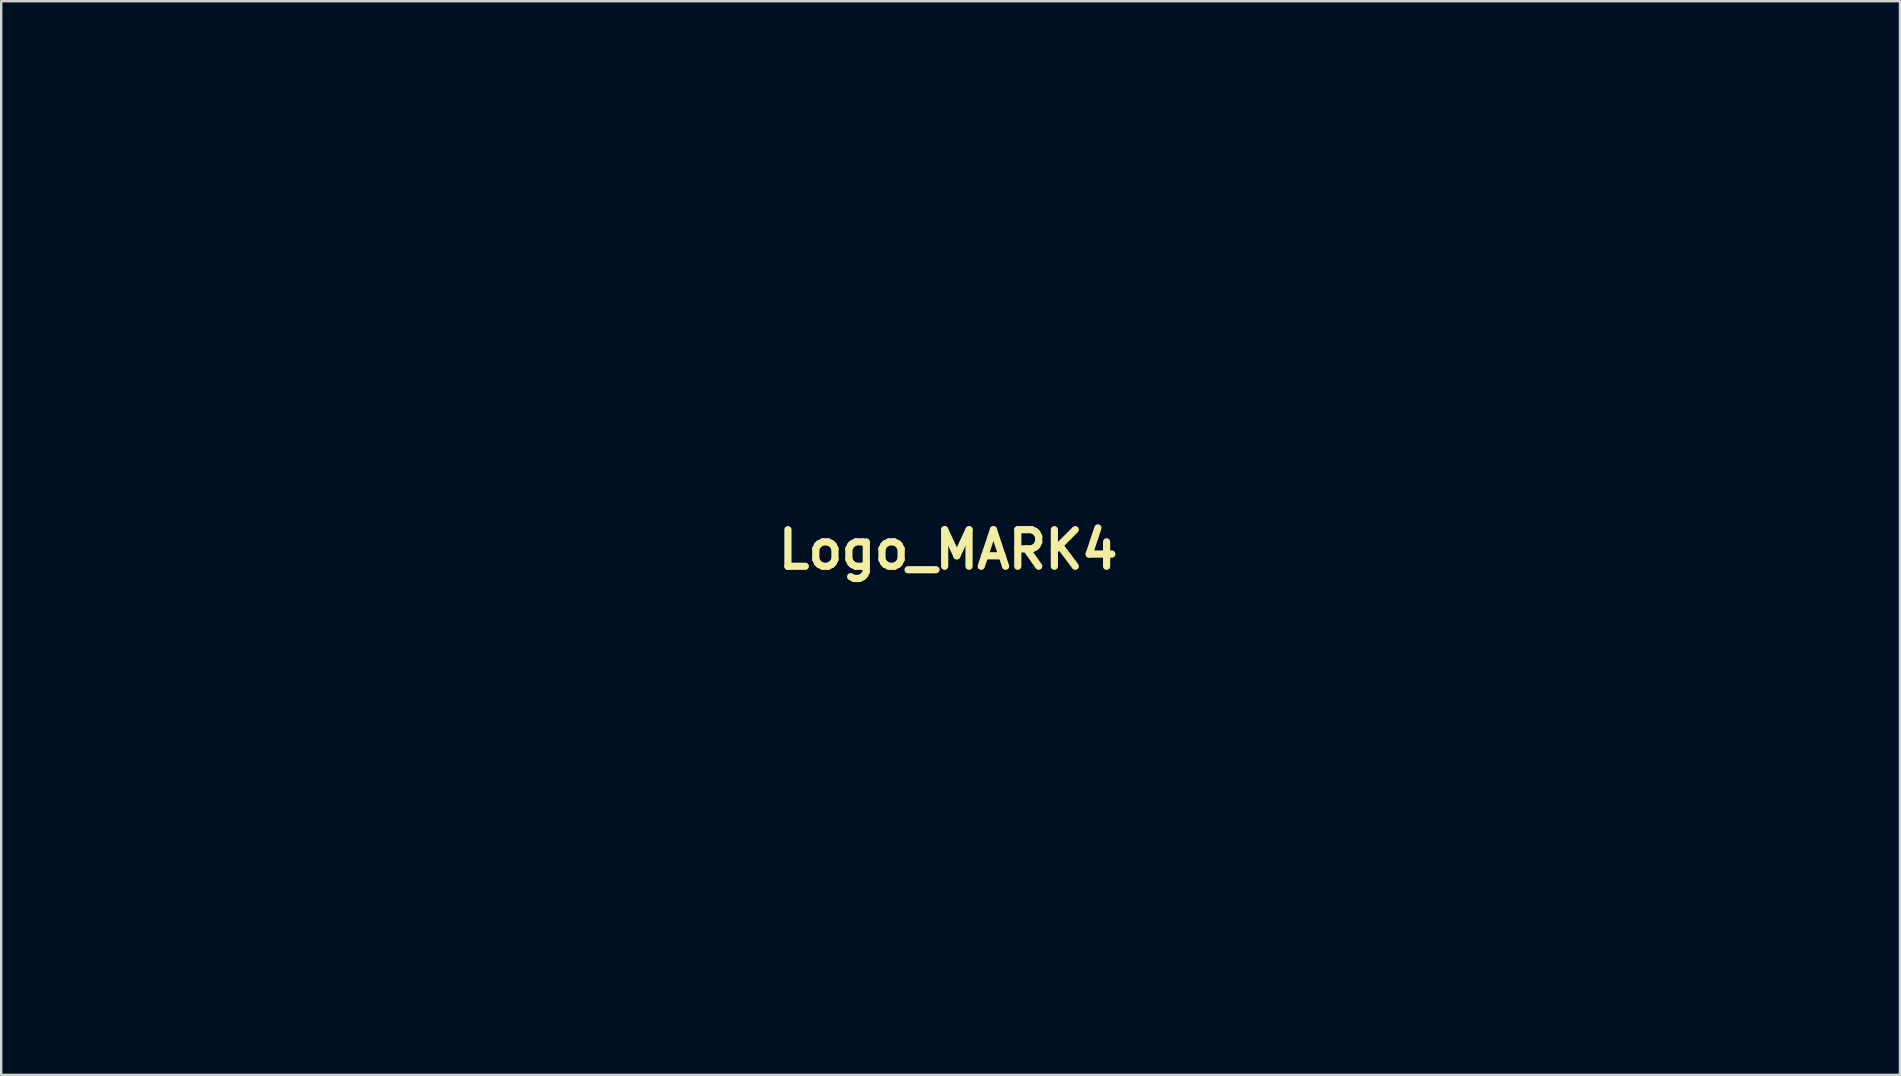
<source format=kicad_pcb>
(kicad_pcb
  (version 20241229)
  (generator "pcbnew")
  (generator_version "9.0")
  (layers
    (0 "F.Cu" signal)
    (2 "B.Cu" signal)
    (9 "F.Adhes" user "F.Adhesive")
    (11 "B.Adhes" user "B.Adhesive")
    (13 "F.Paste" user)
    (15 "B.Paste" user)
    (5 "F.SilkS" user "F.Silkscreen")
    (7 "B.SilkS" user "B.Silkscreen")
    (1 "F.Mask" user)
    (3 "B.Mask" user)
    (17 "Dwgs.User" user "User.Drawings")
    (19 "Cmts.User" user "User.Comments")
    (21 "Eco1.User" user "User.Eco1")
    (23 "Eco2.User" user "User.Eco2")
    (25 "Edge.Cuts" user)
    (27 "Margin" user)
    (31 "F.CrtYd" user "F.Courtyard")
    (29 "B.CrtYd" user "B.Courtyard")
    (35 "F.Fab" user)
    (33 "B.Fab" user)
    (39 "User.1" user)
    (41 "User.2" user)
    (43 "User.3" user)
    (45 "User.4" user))
  (footprint "Logo_MARK4"
    (layer "F.Cu")
    (at 36.463 19.859)
    (property "Reference" "Logo_MARK4" (at 0 0 0) (layer "F.SilkS") (effects (font (size 1.524 1.524) (thickness 0.3))))
    (attr through_hole)
    (fp_poly (pts (xy 35.983 15.028) (xy 35.941 15.071) (xy 35.899 15.028) (xy 35.941 14.986) (xy 35.983 15.028)) (stroke (width 0.01) (type solid)) (fill yes) (layer "F.Mask"))
    (fp_poly (pts (xy -13.538 -19.817) (xy -12.939 -19.741) (xy -12.388 -19.624) (xy -11.929 -19.475) (xy -11.688 -19.356) (xy -11.435 -19.208) (xy -11.2 -19.079) (xy -11.169 -19.062) (xy -10.903 -18.885) (xy -10.579 -18.605) (xy -10.231 -18.26) (xy -9.895 -17.887) (xy -9.606 -17.526) (xy -9.399 -17.213) (xy -9.344 -17.105) (xy -9.224 -16.827) (xy -9.11 -16.563) (xy -9.105 -16.552) (xy -9.014 -16.342) (xy -8.888 -16.043) (xy -8.763 -15.748) (xy -8.662 -15.509) (xy -8.507 -15.146) (xy -8.312 -14.689) (xy -8.088 -14.168) (xy -7.85 -13.615) (xy -7.738 -13.354) (xy -7.512 -12.821) (xy -7.311 -12.328) (xy -7.145 -11.899) (xy -7.023 -11.561) (xy -6.954 -11.337) (xy -6.943 -11.269) (xy -6.954 -11.191) (xy -6.991 -11.068) (xy -7.059 -10.889) (xy -7.162 -10.645) (xy -7.305 -10.326) (xy -7.492 -9.921) (xy -7.728 -9.421) (xy -8.018 -8.816) (xy -8.366 -8.097) (xy -8.776 -7.253) (xy -9.254 -6.274) (xy -9.652 -5.461) (xy -10.209 -4.322) (xy -10.7 -3.314) (xy -11.124 -2.441) (xy -11.479 -1.704) (xy -11.764 -1.108) (xy -11.977 -0.653) (xy -12.119 -0.344) (xy -12.186 -0.182) (xy -12.192 -0.16) (xy -12.257 -0.087) (xy -12.277 -0.085) (xy -12.345 -0.038) (xy -12.343 -0.021) (xy -12.367 0.098) (xy -12.449 0.261) (xy -12.546 0.391) (xy -12.597 0.423) (xy -12.665 0.354) (xy -12.78 0.175) (xy -12.888 -0.021) (xy -13.01 -0.257) (xy -13.189 -0.603) (xy -13.404 -1.019) (xy -13.635 -1.464) (xy -13.721 -1.631) (xy -14.324 -2.796) (xy -14.522 -2.393) (xy -14.778 -1.868) (xy -15.053 -1.304) (xy -15.337 -0.721) (xy -15.619 -0.139) (xy -15.891 0.422) (xy -16.143 0.943) (xy -16.364 1.402) (xy -16.546 1.781) (xy -16.679 2.059) (xy -16.752 2.216) (xy -16.764 2.244) (xy -16.8 2.324) (xy -16.9 2.537) (xy -17.057 2.863) (xy -17.259 3.282) (xy -17.498 3.776) (xy -17.765 4.324) (xy -17.81 4.417) (xy -18.107 5.026) (xy -18.403 5.634) (xy -18.683 6.21) (xy -18.931 6.722) (xy -19.133 7.14) (xy -19.262 7.408) (xy -19.421 7.738) (xy -19.636 8.184) (xy -19.891 8.711) (xy -20.167 9.282) (xy -20.448 9.861) (xy -20.552 10.075) (xy -21.048 11.099) (xy -21.467 11.974) (xy -21.809 12.702) (xy -22.077 13.283) (xy -22.27 13.719) (xy -22.39 14.012) (xy -22.436 14.163) (xy -22.437 14.173) (xy -22.501 14.328) (xy -22.547 14.368) (xy -22.592 14.418) (xy -22.666 14.535) (xy -22.774 14.73) (xy -22.923 15.014) (xy -23.117 15.397) (xy -23.361 15.891) (xy -23.662 16.507) (xy -24.025 17.254) (xy -24.43 18.092) (xy -24.637 18.483) (xy -24.81 18.734) (xy -24.934 18.832) (xy -25.046 18.84) (xy -25.313 18.847) (xy -25.72 18.854) (xy -26.253 18.861) (xy -26.898 18.867) (xy -27.64 18.871) (xy -28.465 18.875) (xy -29.358 18.878) (xy -30.305 18.879) (xy -30.758 18.88) (xy -31.893 18.879) (xy -32.871 18.878) (xy -33.702 18.876) (xy -34.398 18.872) (xy -34.969 18.866) (xy -35.429 18.858) (xy -35.787 18.848) (xy -36.056 18.836) (xy -36.246 18.82) (xy -36.369 18.802) (xy -36.436 18.781) (xy -36.458 18.76) (xy -36.438 18.645) (xy -36.351 18.411) (xy -36.21 18.087) (xy -36.028 17.705) (xy -35.952 17.554) (xy -35.774 17.199) (xy -35.536 16.722) (xy -35.254 16.152) (xy -34.942 15.518) (xy -34.615 14.852) (xy -34.288 14.182) (xy -34.185 13.97) (xy -33.853 13.289) (xy -33.457 12.477) (xy -33.009 11.556) (xy -32.517 10.548) (xy -31.993 9.474) (xy -31.448 8.356) (xy -30.891 7.215) (xy -30.333 6.072) (xy -29.786 4.95) (xy -29.258 3.87) (xy -28.762 2.854) (xy -28.307 1.922) (xy -27.904 1.097) (xy -27.781 0.847) (xy -27.449 0.166) (xy -27.077 -0.596) (xy -26.691 -1.386) (xy -26.318 -2.15) (xy -25.986 -2.832) (xy -25.901 -3.006) (xy -25.586 -3.654) (xy -25.222 -4.399) (xy -24.837 -5.187) (xy -24.458 -5.963) (xy -24.111 -6.673) (xy -24.02 -6.858) (xy -23.63 -7.657) (xy -23.308 -8.321) (xy -23.046 -8.865) (xy -22.838 -9.306) (xy -22.675 -9.659) (xy -22.551 -9.94) (xy -22.457 -10.165) (xy -22.387 -10.35) (xy -22.382 -10.365) (xy -22.276 -10.621) (xy -22.121 -10.945) (xy -21.979 -11.214) (xy -21.869 -11.419) (xy -21.695 -11.752) (xy -21.471 -12.189) (xy -21.207 -12.706) (xy -20.916 -13.28) (xy -20.61 -13.886) (xy -20.504 -14.097) (xy -20.192 -14.716) (xy -19.885 -15.315) (xy -19.598 -15.87) (xy -19.343 -16.356) (xy -19.133 -16.747) (xy -18.981 -17.02) (xy -18.948 -17.076) (xy -18.363 -17.894) (xy -17.683 -18.576) (xy -16.915 -19.116) (xy -16.068 -19.511) (xy -15.15 -19.754) (xy -14.168 -19.842) (xy -14.139 -19.843) (xy -13.538 -19.817)) (stroke (width 0.01) (type solid)) (fill yes) (layer "F.Mask"))
    (fp_poly (pts (xy 3.188 -19.735) (xy 4.044 -19.465) (xy 4.836 -19.052) (xy 5.545 -18.503) (xy 5.727 -18.324) (xy 6.001 -17.998) (xy 6.264 -17.613) (xy 6.481 -17.226) (xy 6.62 -16.89) (xy 6.637 -16.828) (xy 6.703 -16.659) (xy 6.775 -16.595) (xy 6.847 -16.526) (xy 6.858 -16.46) (xy 6.905 -16.3) (xy 7.018 -16.1) (xy 7.023 -16.092) (xy 7.1 -15.961) (xy 7.241 -15.697) (xy 7.434 -15.321) (xy 7.67 -14.854) (xy 7.938 -14.317) (xy 8.229 -13.728) (xy 8.383 -13.412) (xy 8.705 -12.752) (xy 9.031 -12.084) (xy 9.346 -11.438) (xy 9.635 -10.846) (xy 9.884 -10.337) (xy 10.077 -9.942) (xy 10.115 -9.864) (xy 10.337 -9.408) (xy 10.606 -8.853) (xy 10.898 -8.251) (xy 11.186 -7.655) (xy 11.367 -7.281) (xy 11.761 -6.467) (xy 12.199 -5.565) (xy 12.666 -4.605) (xy 13.148 -3.616) (xy 13.63 -2.63) (xy 14.098 -1.674) (xy 14.537 -0.78) (xy 14.933 0.024) (xy 15.271 0.708) (xy 15.298 0.762) (xy 15.566 1.306) (xy 15.834 1.853) (xy 16.083 2.366) (xy 16.295 2.807) (xy 16.452 3.139) (xy 16.468 3.175) (xy 16.66 3.586) (xy 16.892 4.075) (xy 17.13 4.567) (xy 17.263 4.841) (xy 17.708 5.745) (xy 18.006 5.696) (xy 18.234 5.685) (xy 18.563 5.698) (xy 18.931 5.733) (xy 18.995 5.742) (xy 19.331 5.781) (xy 19.785 5.827) (xy 20.305 5.873) (xy 20.842 5.915) (xy 21.04 5.929) (xy 22.107 6.007) (xy 23.139 6.089) (xy 24.118 6.173) (xy 25.029 6.258) (xy 25.855 6.343) (xy 26.579 6.425) (xy 27.184 6.503) (xy 27.654 6.575) (xy 27.972 6.64) (xy 27.982 6.642) (xy 28.121 6.672) (xy 28.393 6.726) (xy 28.767 6.798) (xy 29.211 6.882) (xy 29.506 6.937) (xy 29.976 7.026) (xy 30.397 7.107) (xy 30.737 7.175) (xy 30.962 7.222) (xy 31.03 7.239) (xy 31.241 7.291) (xy 31.454 7.331) (xy 31.7 7.389) (xy 31.877 7.451) (xy 32.036 7.508) (xy 32.308 7.588) (xy 32.643 7.678) (xy 32.749 7.705) (xy 33.231 7.838) (xy 33.711 7.993) (xy 34.163 8.159) (xy 34.559 8.325) (xy 34.871 8.479) (xy 35.073 8.61) (xy 35.137 8.699) (xy 35.206 8.791) (xy 35.274 8.805) (xy 35.466 8.863) (xy 35.726 9.014) (xy 36.012 9.227) (xy 36.276 9.47) (xy 36.387 9.594) (xy 36.661 9.924) (xy 36.661 11.316) (xy 36.658 11.886) (xy 36.644 12.317) (xy 36.61 12.64) (xy 36.548 12.886) (xy 36.448 13.085) (xy 36.302 13.269) (xy 36.102 13.467) (xy 36.03 13.534) (xy 35.67 13.811) (xy 35.261 14.037) (xy 34.839 14.202) (xy 34.439 14.296) (xy 34.094 14.308) (xy 33.84 14.228) (xy 33.799 14.197) (xy 33.586 14.102) (xy 33.461 14.11) (xy 33.296 14.106) (xy 33.015 14.049) (xy 32.659 13.951) (xy 32.491 13.897) (xy 32.072 13.768) (xy 31.638 13.651) (xy 31.262 13.566) (xy 31.157 13.548) (xy 30.801 13.491) (xy 30.559 13.449) (xy 30.378 13.412) (xy 30.206 13.368) (xy 30.014 13.315) (xy 29.829 13.276) (xy 29.506 13.221) (xy 29.077 13.156) (xy 28.573 13.084) (xy 28.026 13.012) (xy 27.898 12.995) (xy 27.355 12.926) (xy 26.859 12.861) (xy 26.437 12.805) (xy 26.119 12.76) (xy 25.932 12.732) (xy 25.908 12.727) (xy 25.618 12.687) (xy 25.205 12.653) (xy 24.715 12.63) (xy 24.195 12.618) (xy 23.905 12.619) (xy 23.557 12.611) (xy 23.298 12.585) (xy 23.166 12.543) (xy 23.159 12.535) (xy 23.053 12.492) (xy 22.818 12.459) (xy 22.496 12.442) (xy 22.411 12.441) (xy 22.019 12.43) (xy 21.635 12.406) (xy 21.335 12.373) (xy 21.312 12.369) (xy 21.084 12.341) (xy 20.949 12.341) (xy 20.931 12.355) (xy 20.975 12.445) (xy 21.081 12.66) (xy 21.238 12.977) (xy 21.432 13.37) (xy 21.626 13.76) (xy 22.12 14.755) (xy 22.543 15.609) (xy 22.901 16.333) (xy 23.199 16.937) (xy 23.442 17.433) (xy 23.635 17.832) (xy 23.784 18.142) (xy 23.894 18.377) (xy 23.97 18.546) (xy 24.017 18.66) (xy 24.04 18.729) (xy 24.045 18.761) (xy 24.026 18.785) (xy 23.959 18.806) (xy 23.835 18.823) (xy 23.641 18.838) (xy 23.366 18.85) (xy 22.999 18.86) (xy 22.529 18.867) (xy 21.944 18.873) (xy 21.233 18.877) (xy 20.385 18.879) (xy 19.387 18.88) (xy 18.457 18.881) (xy 17.349 18.881) (xy 16.397 18.88) (xy 15.589 18.879) (xy 14.914 18.876) (xy 14.358 18.872) (xy 13.91 18.867) (xy 13.556 18.858) (xy 13.285 18.847) (xy 13.083 18.833) (xy 12.94 18.816) (xy 12.841 18.794) (xy 12.775 18.769) (xy 12.73 18.738) (xy 12.692 18.703) (xy 12.691 18.702) (xy 12.579 18.549) (xy 12.424 18.285) (xy 12.251 17.954) (xy 12.153 17.75) (xy 11.988 17.398) (xy 11.771 16.942) (xy 11.526 16.43) (xy 11.275 15.911) (xy 11.155 15.663) (xy 10.898 15.134) (xy 10.624 14.567) (xy 10.358 14.016) (xy 10.129 13.539) (xy 10.052 13.377) (xy 9.943 13.149) (xy 9.836 12.926) (xy 9.725 12.693) (xy 9.603 12.44) (xy 9.464 12.151) (xy 9.302 11.814) (xy 9.109 11.415) (xy 8.88 10.942) (xy 8.609 10.381) (xy 8.289 9.72) (xy 7.913 8.944) (xy 7.475 8.04) (xy 7.025 7.112) (xy 6.69 6.419) (xy 6.358 5.732) (xy 6.041 5.076) (xy 5.751 4.475) (xy 5.501 3.955) (xy 5.303 3.542) (xy 5.188 3.302) (xy 4.985 2.878) (xy 4.733 2.356) (xy 4.457 1.79) (xy 4.185 1.233) (xy 4.057 0.974) (xy 3.786 0.424) (xy 3.472 -0.218) (xy 3.144 -0.89) (xy 2.831 -1.532) (xy 2.658 -1.889) (xy 2.434 -2.347) (xy 2.236 -2.748) (xy 2.073 -3.066) (xy 1.96 -3.281) (xy 1.905 -3.369) (xy 1.903 -3.37) (xy 1.861 -3.289) (xy 1.759 -3.079) (xy 1.61 -2.764) (xy 1.424 -2.37) (xy 1.226 -1.947) (xy 0.965 -1.388) (xy 0.678 -0.778) (xy 0.393 -0.175) (xy 0.138 0.362) (xy 0.034 0.582) (xy -0.157 0.983) (xy -0.317 1.329) (xy -0.436 1.591) (xy -0.499 1.743) (xy -0.507 1.767) (xy -0.541 1.862) (xy -0.633 2.071) (xy -0.767 2.357) (xy -0.834 2.498) (xy -1.026 2.895) (xy -1.228 3.318) (xy -1.4 3.684) (xy -1.42 3.725) (xy -1.566 4.039) (xy -1.755 4.445) (xy -1.959 4.883) (xy -2.091 5.165) (xy -2.282 5.575) (xy -2.47 5.983) (xy -2.63 6.331) (xy -2.714 6.516) (xy -2.866 6.829) (xy -3.029 7.127) (xy -3.116 7.266) (xy -3.246 7.485) (xy -3.256 7.586) (xy -3.144 7.576) (xy -2.971 7.497) (xy -2.697 7.392) (xy -2.399 7.326) (xy -2.391 7.325) (xy -2.167 7.29) (xy -1.835 7.229) (xy -1.45 7.151) (xy -1.27 7.112) (xy -0.854 7.031) (xy -0.316 6.939) (xy 0.298 6.843) (xy 0.943 6.75) (xy 1.571 6.666) (xy 2.137 6.598) (xy 2.596 6.554) (xy 2.625 6.551) (xy 2.915 6.528) (xy 3.31 6.494) (xy 3.746 6.456) (xy 3.979 6.435) (xy 4.401 6.402) (xy 4.683 6.393) (xy 4.854 6.41) (xy 4.943 6.453) (xy 4.953 6.464) (xy 5.109 6.592) (xy 5.168 6.621) (xy 5.231 6.705) (xy 5.358 6.927) (xy 5.542 7.269) (xy 5.775 7.717) (xy 6.047 8.255) (xy 6.351 8.866) (xy 6.68 9.536) (xy 6.9 9.99) (xy 7.298 10.814) (xy 7.628 11.498) (xy 7.892 12.055) (xy 8.094 12.498) (xy 8.236 12.841) (xy 8.321 13.098) (xy 8.352 13.282) (xy 8.332 13.405) (xy 8.264 13.482) (xy 8.151 13.526) (xy 7.995 13.55) (xy 7.801 13.568) (xy 7.683 13.579) (xy 7.445 13.61) (xy 7.077 13.665) (xy 6.617 13.737) (xy 6.103 13.821) (xy 5.572 13.91) (xy 5.061 13.998) (xy 4.608 14.078) (xy 4.25 14.145) (xy 4.064 14.183) (xy 3.802 14.235) (xy 3.641 14.263) (xy 3.425 14.305) (xy 3.083 14.382) (xy 2.653 14.483) (xy 2.172 14.601) (xy 1.679 14.725) (xy 1.209 14.847) (xy 0.802 14.956) (xy 0.55 15.028) (xy 0.181 15.13) (xy -0.286 15.251) (xy -0.786 15.373) (xy -1.143 15.456) (xy -1.543 15.55) (xy -1.885 15.639) (xy -2.134 15.713) (xy -2.255 15.761) (xy -2.256 15.762) (xy -2.388 15.819) (xy -2.425 15.817) (xy -2.535 15.83) (xy -2.762 15.885) (xy -3.061 15.971) (xy -3.133 15.994) (xy -3.825 16.21) (xy -4.366 16.377) (xy -4.762 16.499) (xy -5.025 16.577) (xy -5.162 16.615) (xy -5.165 16.616) (xy -5.257 16.647) (xy -5.485 16.725) (xy -5.822 16.843) (xy -6.245 16.992) (xy -6.728 17.162) (xy -7.246 17.345) (xy -7.775 17.532) (xy -8.289 17.715) (xy -8.467 17.778) (xy -8.864 17.926) (xy -9.233 18.076) (xy -9.526 18.206) (xy -9.661 18.277) (xy -9.926 18.378) (xy -10.316 18.454) (xy -10.793 18.504) (xy -11.318 18.528) (xy -11.851 18.527) (xy -12.356 18.498) (xy -12.793 18.444) (xy -13.123 18.362) (xy -13.25 18.302) (xy -13.381 18.241) (xy -13.399 18.236) (xy -13.504 18.203) (xy -13.61 18.169) (xy -13.711 18.126) (xy -13.918 18.022) (xy -14.188 17.88) (xy -14.217 17.864) (xy -14.666 17.575) (xy -15.125 17.196) (xy -15.551 16.771) (xy -15.902 16.34) (xy -16.11 16.002) (xy -16.372 15.418) (xy -16.541 14.893) (xy -16.628 14.362) (xy -16.65 13.757) (xy -16.645 13.52) (xy -16.624 13.113) (xy -16.593 12.749) (xy -16.555 12.474) (xy -16.525 12.349) (xy -16.477 12.171) (xy -16.487 12.074) (xy -16.476 12.026) (xy -16.449 12.023) (xy -16.386 11.947) (xy -16.305 11.747) (xy -16.222 11.464) (xy -16.214 11.43) (xy -16.136 11.141) (xy -16.065 10.93) (xy -16.015 10.838) (xy -16.011 10.837) (xy -15.925 10.768) (xy -15.823 10.607) (xy -15.742 10.423) (xy -15.718 10.287) (xy -15.72 10.277) (xy -15.695 10.175) (xy -15.603 9.947) (xy -15.457 9.618) (xy -15.268 9.214) (xy -15.045 8.76) (xy -15.032 8.732) (xy -14.807 8.28) (xy -14.611 7.882) (xy -14.454 7.562) (xy -14.35 7.345) (xy -14.309 7.253) (xy -14.309 7.252) (xy -14.273 7.171) (xy -14.171 6.956) (xy -14.012 6.625) (xy -13.805 6.196) (xy -13.557 5.686) (xy -13.279 5.114) (xy -13.072 4.69) (xy -12.748 4.027) (xy -12.424 3.362) (xy -12.113 2.725) (xy -11.83 2.143) (xy -11.588 1.645) (xy -11.401 1.259) (xy -11.346 1.143) (xy -10.907 0.232) (xy -10.528 -0.554) (xy -10.196 -1.242) (xy -9.898 -1.858) (xy -9.621 -2.43) (xy -9.351 -2.985) (xy -9.076 -3.55) (xy -8.805 -4.106) (xy -8.513 -4.704) (xy -8.205 -5.337) (xy -7.902 -5.96) (xy -7.627 -6.528) (xy -7.4 -6.997) (xy -7.365 -7.07) (xy -7.129 -7.558) (xy -6.847 -8.142) (xy -6.545 -8.767) (xy -6.25 -9.377) (xy -6.076 -9.737) (xy -5.795 -10.317) (xy -5.485 -10.958) (xy -5.174 -11.6) (xy -4.89 -12.185) (xy -4.744 -12.488) (xy -4.303 -13.397) (xy -3.93 -14.164) (xy -3.619 -14.802) (xy -3.363 -15.323) (xy -3.156 -15.738) (xy -2.993 -16.058) (xy -2.867 -16.296) (xy -2.774 -16.463) (xy -2.706 -16.57) (xy -2.658 -16.631) (xy -2.64 -16.646) (xy -2.556 -16.786) (xy -2.563 -16.872) (xy -2.557 -17.004) (xy -2.513 -17.043) (xy -2.42 -17.136) (xy -2.292 -17.332) (xy -2.21 -17.485) (xy -2.053 -17.733) (xy -1.814 -18.038) (xy -1.535 -18.345) (xy -1.449 -18.431) (xy -0.823 -18.969) (xy -0.187 -19.363) (xy 0.501 -19.633) (xy 1.285 -19.801) (xy 1.382 -19.815) (xy 2.294 -19.854) (xy 3.188 -19.735)) (stroke (width 0.01) (type solid)) (fill yes) (layer "F.Mask")))
  (gr_rect
    (start -3 -3)
    (end 76.129 41.745)
    (stroke (width 0.1) (type default))
    (fill no)
    (layer "Edge.Cuts")))
</source>
